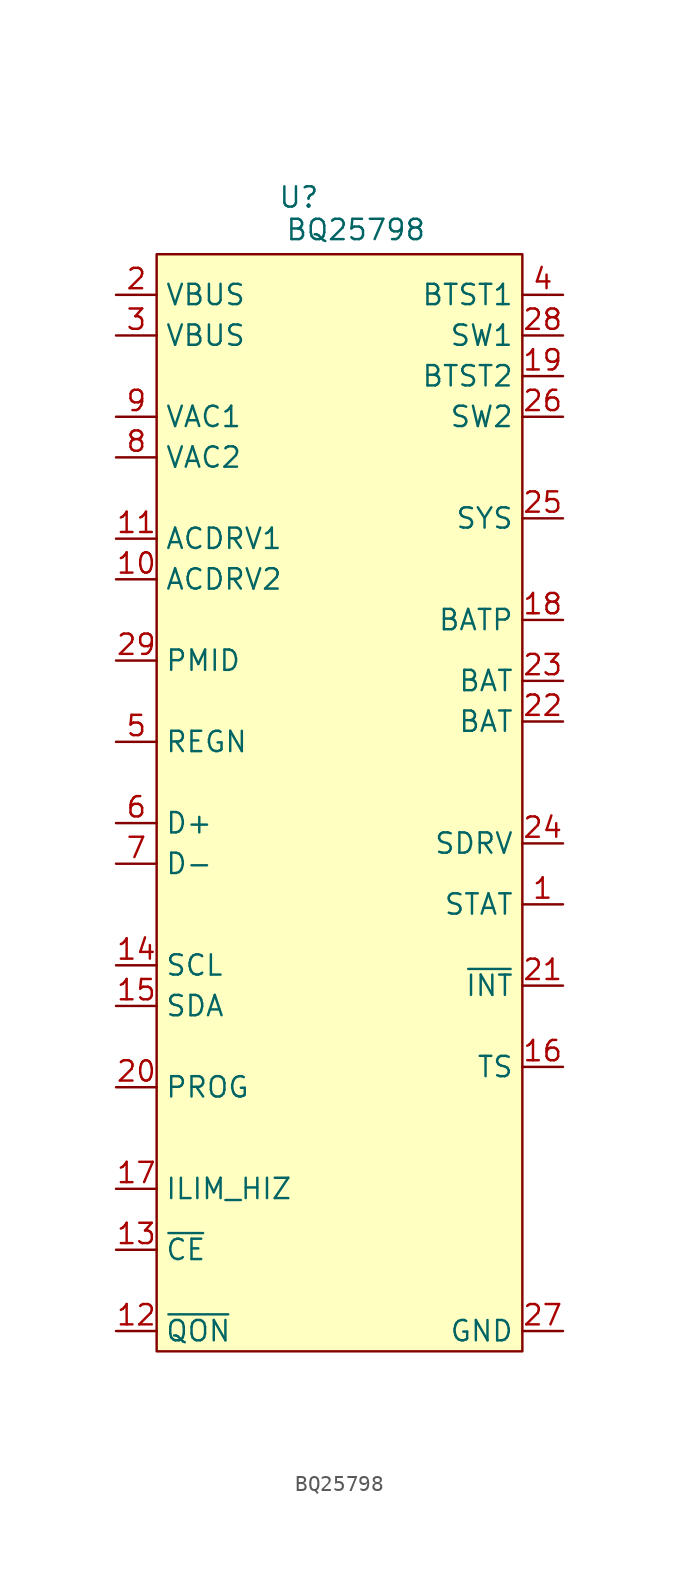
<source format=kicad_sym>
(kicad_symbol_lib
  (version 20241209)
  (generator "kicad_symbol_editor")
  (generator_version "9.0")
  (symbol "BQ25798"
    (property "Reference" "U"
      (at -3.81 36.576 0)
      (effects (font (size 1.27 1.27))))
    (property "Value" "BQ25798"
      (at -0.254 34.544 0)
      (effects (font (size 1.27 1.27))))
    (symbol "BQ25798_0_0"
      (pin unspecified line (at -15.24 30.48 0) (length 2.54) (name "VBUS" (effects (font (size 1.27 1.27)))) (number "2" (effects (font (size 1.27 1.27)))))
      (pin unspecified line (at -15.24 27.94 0) (length 2.54) (name "VBUS" (effects (font (size 1.27 1.27)))) (number "3" (effects (font (size 1.27 1.27)))))
      (pin unspecified line (at -15.24 22.86 0) (length 2.54) (name "VAC1" (effects (font (size 1.27 1.27)))) (number "9" (effects (font (size 1.27 1.27)))))
      (pin unspecified line (at -15.24 20.32 0) (length 2.54) (name "VAC2" (effects (font (size 1.27 1.27)))) (number "8" (effects (font (size 1.27 1.27)))))
      (pin unspecified line (at -15.24 15.24 0) (length 2.54) (name "ACDRV1" (effects (font (size 1.27 1.27)))) (number "11" (effects (font (size 1.27 1.27)))))
      (pin unspecified line (at -15.24 12.7 0) (length 2.54) (name "ACDRV2" (effects (font (size 1.27 1.27)))) (number "10" (effects (font (size 1.27 1.27)))))
      (pin unspecified line (at -15.24 7.62 0) (length 2.54) (name "PMID" (effects (font (size 1.27 1.27)))) (number "29" (effects (font (size 1.27 1.27)))))
      (pin unspecified line (at -15.24 2.54 0) (length 2.54) (name "REGN" (effects (font (size 1.27 1.27)))) (number "5" (effects (font (size 1.27 1.27)))))
      (pin unspecified line (at -15.24 -2.54 0) (length 2.54) (name "D+" (effects (font (size 1.27 1.27)))) (number "6" (effects (font (size 1.27 1.27)))))
      (pin unspecified line (at -15.24 -5.08 0) (length 2.54) (name "D-" (effects (font (size 1.27 1.27)))) (number "7" (effects (font (size 1.27 1.27)))))
      (pin unspecified line (at -15.24 -11.43 0) (length 2.54) (name "SCL" (effects (font (size 1.27 1.27)))) (number "14" (effects (font (size 1.27 1.27)))))
      (pin unspecified line (at -15.24 -13.97 0) (length 2.54) (name "SDA" (effects (font (size 1.27 1.27)))) (number "15" (effects (font (size 1.27 1.27)))))
      (pin unspecified line (at -15.24 -19.05 0) (length 2.54) (name "PROG" (effects (font (size 1.27 1.27)))) (number "20" (effects (font (size 1.27 1.27)))))
      (pin unspecified line (at -15.24 -25.4 0) (length 2.54) (name "ILIM_HIZ" (effects (font (size 1.27 1.27)))) (number "17" (effects (font (size 1.27 1.27)))))
      (pin unspecified line (at -15.24 -29.21 0) (length 2.54) (name "~{CE}" (effects (font (size 1.27 1.27)))) (number "13" (effects (font (size 1.27 1.27)))))
      (pin unspecified line (at -15.24 -34.29 0) (length 2.54) (name "~{QON}" (effects (font (size 1.27 1.27)))) (number "12" (effects (font (size 1.27 1.27)))))
      (pin unspecified line (at 12.7 30.48 180) (length 2.54) (name "BTST1" (effects (font (size 1.27 1.27)))) (number "4" (effects (font (size 1.27 1.27)))))
      (pin unspecified line (at 12.7 27.94 180) (length 2.54) (name "SW1" (effects (font (size 1.27 1.27)))) (number "28" (effects (font (size 1.27 1.27)))))
      (pin unspecified line (at 12.7 25.4 180) (length 2.54) (name "BTST2" (effects (font (size 1.27 1.27)))) (number "19" (effects (font (size 1.27 1.27)))))
      (pin unspecified line (at 12.7 22.86 180) (length 2.54) (name "SW2" (effects (font (size 1.27 1.27)))) (number "26" (effects (font (size 1.27 1.27)))))
      (pin unspecified line (at 12.7 16.51 180) (length 2.54) (name "SYS" (effects (font (size 1.27 1.27)))) (number "25" (effects (font (size 1.27 1.27)))))
      (pin unspecified line (at 12.7 10.16 180) (length 2.54) (name "BATP" (effects (font (size 1.27 1.27)))) (number "18" (effects (font (size 1.27 1.27)))))
      (pin unspecified line (at 12.7 6.35 180) (length 2.54) (name "BAT" (effects (font (size 1.27 1.27)))) (number "23" (effects (font (size 1.27 1.27)))))
      (pin unspecified line (at 12.7 3.81 180) (length 2.54) (name "BAT" (effects (font (size 1.27 1.27)))) (number "22" (effects (font (size 1.27 1.27)))))
      (pin unspecified line (at 12.7 -3.81 180) (length 2.54) (name "SDRV" (effects (font (size 1.27 1.27)))) (number "24" (effects (font (size 1.27 1.27)))))
      (pin unspecified line (at 12.7 -7.62 180) (length 2.54) (name "STAT" (effects (font (size 1.27 1.27)))) (number "1" (effects (font (size 1.27 1.27)))))
      (pin unspecified line (at 12.7 -12.7 180) (length 2.54) (name "~{INT}" (effects (font (size 1.27 1.27)))) (number "21" (effects (font (size 1.27 1.27)))))
      (pin unspecified line (at 12.7 -17.78 180) (length 2.54) (name "TS" (effects (font (size 1.27 1.27)))) (number "16" (effects (font (size 1.27 1.27)))))
      (pin unspecified line (at 12.7 -34.29 180) (length 2.54) (name "GND" (effects (font (size 1.27 1.27)))) (number "27" (effects (font (size 1.27 1.27))))))
    (symbol "BQ25798_0_1"
      (rectangle (start -12.7 33.02) (end 10.16 -35.56) (stroke (width 0) (type default)) (fill (type background))))))
</source>
